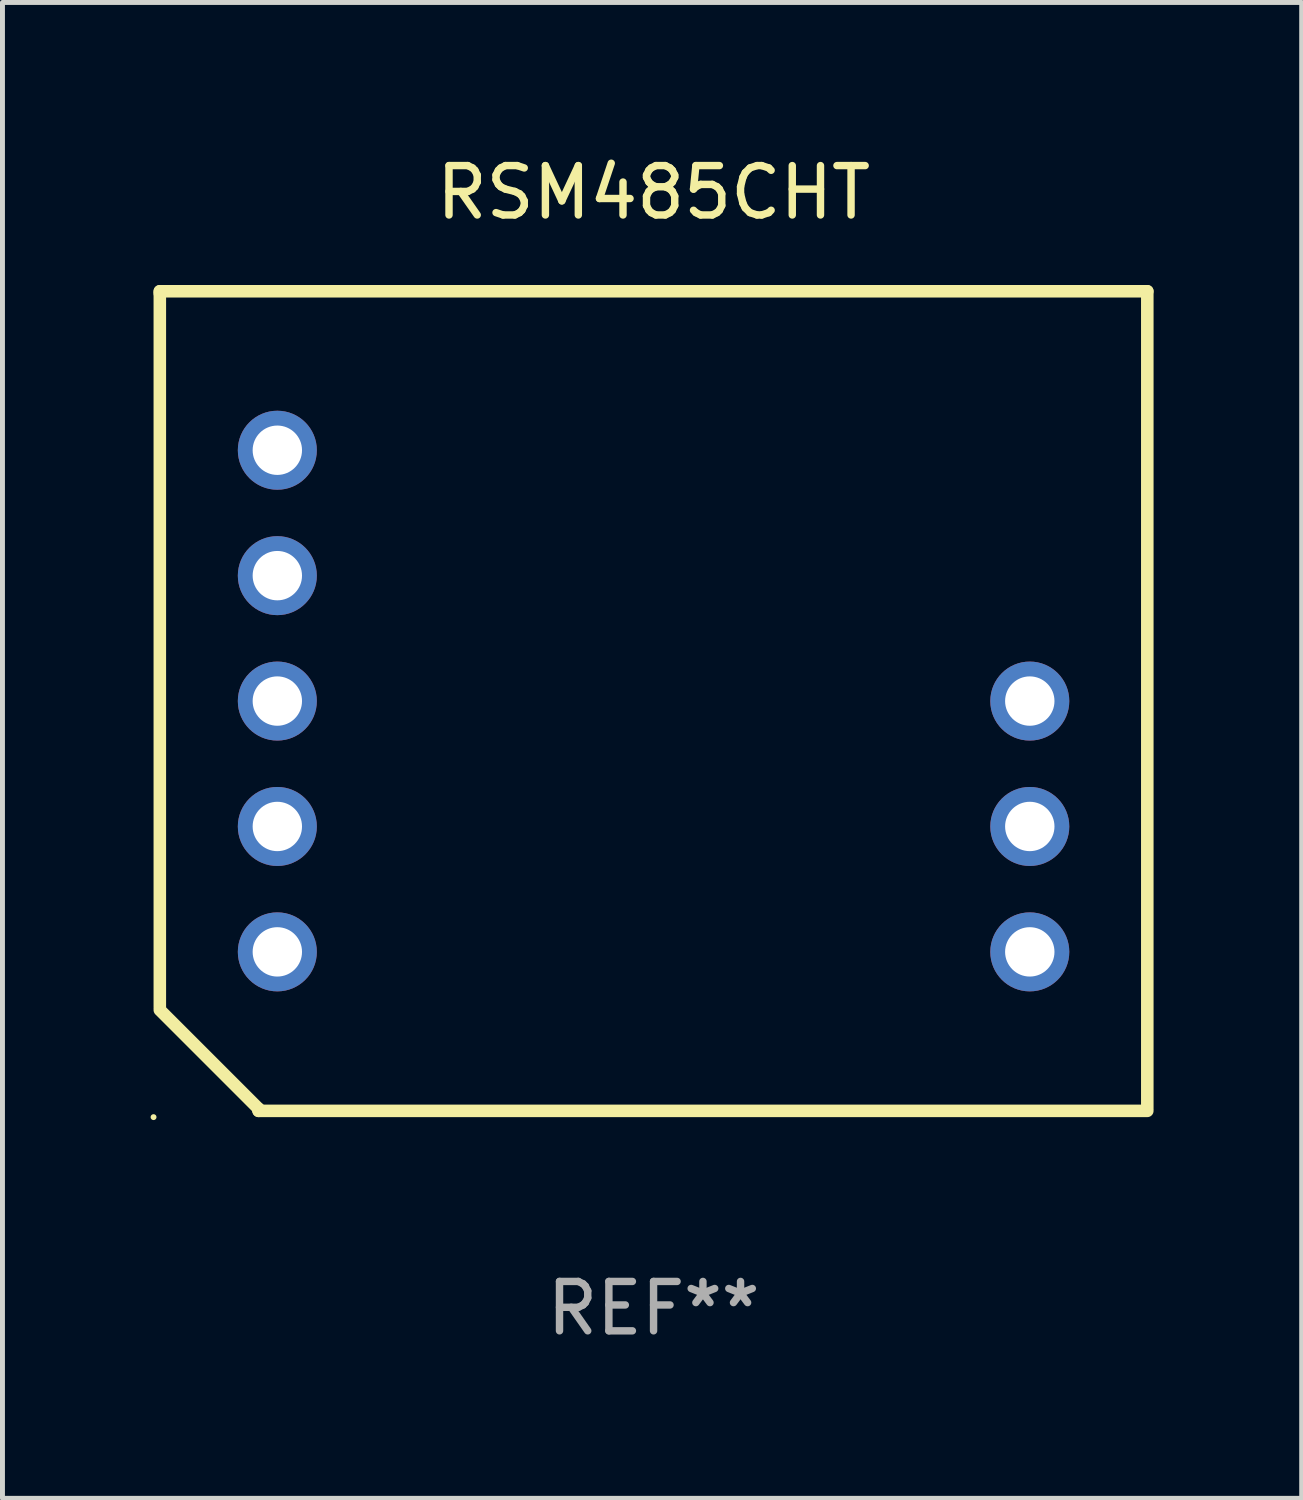
<source format=kicad_pcb>
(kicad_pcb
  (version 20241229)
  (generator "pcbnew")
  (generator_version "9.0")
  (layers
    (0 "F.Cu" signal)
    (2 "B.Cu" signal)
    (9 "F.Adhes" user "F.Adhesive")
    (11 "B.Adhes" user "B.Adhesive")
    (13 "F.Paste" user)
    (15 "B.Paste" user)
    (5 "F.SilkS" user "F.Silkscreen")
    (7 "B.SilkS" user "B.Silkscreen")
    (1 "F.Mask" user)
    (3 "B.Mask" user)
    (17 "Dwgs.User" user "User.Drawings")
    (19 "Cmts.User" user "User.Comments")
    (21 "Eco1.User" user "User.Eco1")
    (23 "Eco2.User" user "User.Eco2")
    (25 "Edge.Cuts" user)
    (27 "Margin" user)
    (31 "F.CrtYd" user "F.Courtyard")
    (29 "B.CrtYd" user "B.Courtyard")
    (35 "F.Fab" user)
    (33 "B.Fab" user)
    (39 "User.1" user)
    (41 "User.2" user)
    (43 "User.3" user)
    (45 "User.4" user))
  (footprint "RSM485CHT"
    (layer "F.Cu")
    (at 10.187 11.149)
    (property "Reference" "RSM485CHT" (at 0 -10.3 0) (layer "F.SilkS") (effects (font (size 1 1) (thickness 0.15))))
    (attr through_hole)
    (fp_line (start -10 -8.3) (end -10 -8.255) (stroke (width 0.254) (type solid)) (layer "F.SilkS"))
    (fp_line (start -10 -8.3) (end 10 -8.3) (stroke (width 0.254) (type solid)) (layer "F.SilkS"))
    (fp_line (start -10 -8.255) (end -10 6.2) (stroke (width 0.254) (type solid)) (layer "F.SilkS"))
    (fp_line (start -8 8.257) (end -10 6.257) (stroke (width 0.254) (type solid)) (layer "F.SilkS"))
    (fp_line (start -8 8.3) (end -8 8.257) (stroke (width 0.254) (type solid)) (layer "F.SilkS"))
    (fp_line (start -8 8.3) (end 10 8.3) (stroke (width 0.254) (type solid)) (layer "F.SilkS"))
    (fp_line (start 10 -8.3) (end 10 8.24) (stroke (width 0.254) (type solid)) (layer "F.SilkS"))
    (fp_circle (center -10.127 8.427) (end -10.097 8.427) (stroke (width 0.06) (type solid)) (fill no) (layer "F.SilkS"))
    (fp_text user "REF**" (at 0 12.3 0) (layer "F.Fab") (effects (font (size 1 1) (thickness 0.15))))
    (pad "1" thru_hole circle (at -7.62 5.08) (size 1.6 1.6) (drill 1) (layers "*.Cu" "*.Mask"))
    (pad "2" thru_hole circle (at -7.62 2.54) (size 1.6 1.6) (drill 1) (layers "*.Cu" "*.Mask"))
    (pad "3" thru_hole circle (at -7.62 0.000343) (size 1.6 1.6) (drill 1) (layers "*.Cu" "*.Mask"))
    (pad "4" thru_hole circle (at -7.62 -2.54) (size 1.6 1.6) (drill 1) (layers "*.Cu" "*.Mask"))
    (pad "5" thru_hole circle (at -7.62 -5.08) (size 1.6 1.6) (drill 1) (layers "*.Cu" "*.Mask"))
    (pad "8" thru_hole circle (at 7.62 0.000343) (size 1.6 1.6) (drill 1) (layers "*.Cu" "*.Mask"))
    (pad "9" thru_hole circle (at 7.62 2.54) (size 1.6 1.6) (drill 1) (layers "*.Cu" "*.Mask"))
    (pad "10" thru_hole circle (at 7.62 5.08) (size 1.6 1.6) (drill 1) (layers "*.Cu" "*.Mask")))
  (gr_rect
    (start -3 -3)
    (end 23.314 27.297)
    (stroke (width 0.1) (type default))
    (fill no)
    (layer "Edge.Cuts")))
</source>
